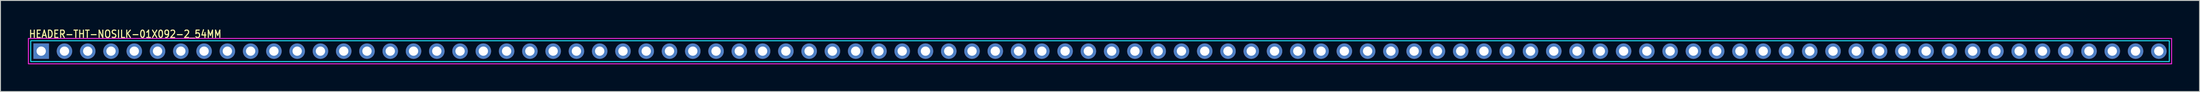
<source format=kicad_pcb>
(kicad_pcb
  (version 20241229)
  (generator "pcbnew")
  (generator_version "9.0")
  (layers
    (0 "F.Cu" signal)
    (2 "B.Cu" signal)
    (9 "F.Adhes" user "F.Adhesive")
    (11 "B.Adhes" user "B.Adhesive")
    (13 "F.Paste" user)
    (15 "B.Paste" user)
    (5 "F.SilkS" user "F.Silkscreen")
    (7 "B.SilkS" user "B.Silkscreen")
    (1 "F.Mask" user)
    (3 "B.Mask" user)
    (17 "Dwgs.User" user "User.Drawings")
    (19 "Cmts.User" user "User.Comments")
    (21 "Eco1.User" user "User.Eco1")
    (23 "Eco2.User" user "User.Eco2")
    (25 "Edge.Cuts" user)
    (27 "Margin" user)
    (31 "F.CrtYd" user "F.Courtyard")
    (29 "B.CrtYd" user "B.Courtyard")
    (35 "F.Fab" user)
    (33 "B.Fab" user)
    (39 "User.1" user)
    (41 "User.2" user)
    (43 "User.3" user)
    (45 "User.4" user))
  (footprint "HEADER-THT-NOSILK-01X092-2_54MM"
    (layer "F.Cu")
    (at 1.447 2.579)
    (property "Reference" "HEADER-THT-NOSILK-01X092-2_54MM" (at -1.4 -1.4 0) (unlocked yes) (layer "F.SilkS") (effects (font (size 0.813 0.695) (thickness 0.122)) (justify left bottom)))
    (fp_poly (pts (xy -1.143 -1.143) (xy 232.283 -1.143) (xy 232.283 1.143) (xy -1.143 1.143)) (stroke (width 0.1) (type solid)) (fill no) (layer "B.CrtYd"))
    (fp_poly (pts (xy -1.397 -1.397) (xy 232.537 -1.397) (xy 232.537 1.397) (xy -1.397 1.397)) (stroke (width 0.1) (type solid)) (fill no) (layer "F.CrtYd"))
    (pad "1" thru_hole rect (at 0 0) (size 1.693 1.693) (drill 1.016) (layers "*.Cu" "*.Mask"))
    (pad "2" thru_hole oval (at 2.54 0) (size 1.693 1.693) (drill 1.016) (layers "*.Cu" "*.Mask"))
    (pad "3" thru_hole oval (at 5.08 0) (size 1.693 1.693) (drill 1.016) (layers "*.Cu" "*.Mask"))
    (pad "4" thru_hole oval (at 7.62 0) (size 1.693 1.693) (drill 1.016) (layers "*.Cu" "*.Mask"))
    (pad "5" thru_hole oval (at 10.16 0) (size 1.693 1.693) (drill 1.016) (layers "*.Cu" "*.Mask"))
    (pad "6" thru_hole oval (at 12.7 0) (size 1.693 1.693) (drill 1.016) (layers "*.Cu" "*.Mask"))
    (pad "7" thru_hole oval (at 15.24 0) (size 1.693 1.693) (drill 1.016) (layers "*.Cu" "*.Mask"))
    (pad "8" thru_hole oval (at 17.78 0) (size 1.693 1.693) (drill 1.016) (layers "*.Cu" "*.Mask"))
    (pad "9" thru_hole oval (at 20.32 0) (size 1.693 1.693) (drill 1.016) (layers "*.Cu" "*.Mask"))
    (pad "10" thru_hole oval (at 22.86 0) (size 1.693 1.693) (drill 1.016) (layers "*.Cu" "*.Mask"))
    (pad "11" thru_hole oval (at 25.4 0) (size 1.693 1.693) (drill 1.016) (layers "*.Cu" "*.Mask"))
    (pad "12" thru_hole oval (at 27.94 0) (size 1.693 1.693) (drill 1.016) (layers "*.Cu" "*.Mask"))
    (pad "13" thru_hole oval (at 30.48 0) (size 1.693 1.693) (drill 1.016) (layers "*.Cu" "*.Mask"))
    (pad "14" thru_hole oval (at 33.02 0) (size 1.693 1.693) (drill 1.016) (layers "*.Cu" "*.Mask"))
    (pad "15" thru_hole oval (at 35.56 0) (size 1.693 1.693) (drill 1.016) (layers "*.Cu" "*.Mask"))
    (pad "16" thru_hole oval (at 38.1 0) (size 1.693 1.693) (drill 1.016) (layers "*.Cu" "*.Mask"))
    (pad "17" thru_hole oval (at 40.64 0) (size 1.693 1.693) (drill 1.016) (layers "*.Cu" "*.Mask"))
    (pad "18" thru_hole oval (at 43.18 0) (size 1.693 1.693) (drill 1.016) (layers "*.Cu" "*.Mask"))
    (pad "19" thru_hole oval (at 45.72 0) (size 1.693 1.693) (drill 1.016) (layers "*.Cu" "*.Mask"))
    (pad "20" thru_hole oval (at 48.26 0) (size 1.693 1.693) (drill 1.016) (layers "*.Cu" "*.Mask"))
    (pad "21" thru_hole oval (at 50.8 0) (size 1.693 1.693) (drill 1.016) (layers "*.Cu" "*.Mask"))
    (pad "22" thru_hole oval (at 53.34 0) (size 1.693 1.693) (drill 1.016) (layers "*.Cu" "*.Mask"))
    (pad "23" thru_hole oval (at 55.88 0) (size 1.693 1.693) (drill 1.016) (layers "*.Cu" "*.Mask"))
    (pad "24" thru_hole oval (at 58.42 0) (size 1.693 1.693) (drill 1.016) (layers "*.Cu" "*.Mask"))
    (pad "25" thru_hole oval (at 60.96 0) (size 1.693 1.693) (drill 1.016) (layers "*.Cu" "*.Mask"))
    (pad "26" thru_hole oval (at 63.5 0) (size 1.693 1.693) (drill 1.016) (layers "*.Cu" "*.Mask"))
    (pad "27" thru_hole oval (at 66.04 0) (size 1.693 1.693) (drill 1.016) (layers "*.Cu" "*.Mask"))
    (pad "28" thru_hole oval (at 68.58 0) (size 1.693 1.693) (drill 1.016) (layers "*.Cu" "*.Mask"))
    (pad "29" thru_hole oval (at 71.12 0) (size 1.693 1.693) (drill 1.016) (layers "*.Cu" "*.Mask"))
    (pad "30" thru_hole oval (at 73.66 0) (size 1.693 1.693) (drill 1.016) (layers "*.Cu" "*.Mask"))
    (pad "31" thru_hole oval (at 76.2 0) (size 1.693 1.693) (drill 1.016) (layers "*.Cu" "*.Mask"))
    (pad "32" thru_hole oval (at 78.74 0) (size 1.693 1.693) (drill 1.016) (layers "*.Cu" "*.Mask"))
    (pad "33" thru_hole oval (at 81.28 0) (size 1.693 1.693) (drill 1.016) (layers "*.Cu" "*.Mask"))
    (pad "34" thru_hole oval (at 83.82 0) (size 1.693 1.693) (drill 1.016) (layers "*.Cu" "*.Mask"))
    (pad "35" thru_hole oval (at 86.36 0) (size 1.693 1.693) (drill 1.016) (layers "*.Cu" "*.Mask"))
    (pad "36" thru_hole oval (at 88.9 0) (size 1.693 1.693) (drill 1.016) (layers "*.Cu" "*.Mask"))
    (pad "37" thru_hole oval (at 91.44 0) (size 1.693 1.693) (drill 1.016) (layers "*.Cu" "*.Mask"))
    (pad "38" thru_hole oval (at 93.98 0) (size 1.693 1.693) (drill 1.016) (layers "*.Cu" "*.Mask"))
    (pad "39" thru_hole oval (at 96.52 0) (size 1.693 1.693) (drill 1.016) (layers "*.Cu" "*.Mask"))
    (pad "40" thru_hole oval (at 99.06 0) (size 1.693 1.693) (drill 1.016) (layers "*.Cu" "*.Mask"))
    (pad "41" thru_hole oval (at 101.6 0) (size 1.693 1.693) (drill 1.016) (layers "*.Cu" "*.Mask"))
    (pad "42" thru_hole oval (at 104.14 0) (size 1.693 1.693) (drill 1.016) (layers "*.Cu" "*.Mask"))
    (pad "43" thru_hole oval (at 106.68 0) (size 1.693 1.693) (drill 1.016) (layers "*.Cu" "*.Mask"))
    (pad "44" thru_hole oval (at 109.22 0) (size 1.693 1.693) (drill 1.016) (layers "*.Cu" "*.Mask"))
    (pad "45" thru_hole oval (at 111.76 0) (size 1.693 1.693) (drill 1.016) (layers "*.Cu" "*.Mask"))
    (pad "46" thru_hole oval (at 114.3 0) (size 1.693 1.693) (drill 1.016) (layers "*.Cu" "*.Mask"))
    (pad "47" thru_hole oval (at 116.84 0) (size 1.693 1.693) (drill 1.016) (layers "*.Cu" "*.Mask"))
    (pad "48" thru_hole oval (at 119.38 0) (size 1.693 1.693) (drill 1.016) (layers "*.Cu" "*.Mask"))
    (pad "49" thru_hole oval (at 121.92 0) (size 1.693 1.693) (drill 1.016) (layers "*.Cu" "*.Mask"))
    (pad "50" thru_hole oval (at 124.46 0) (size 1.693 1.693) (drill 1.016) (layers "*.Cu" "*.Mask"))
    (pad "51" thru_hole oval (at 127 0) (size 1.693 1.693) (drill 1.016) (layers "*.Cu" "*.Mask"))
    (pad "52" thru_hole oval (at 129.54 0) (size 1.693 1.693) (drill 1.016) (layers "*.Cu" "*.Mask"))
    (pad "53" thru_hole oval (at 132.08 0) (size 1.693 1.693) (drill 1.016) (layers "*.Cu" "*.Mask"))
    (pad "54" thru_hole oval (at 134.62 0) (size 1.693 1.693) (drill 1.016) (layers "*.Cu" "*.Mask"))
    (pad "55" thru_hole oval (at 137.16 0) (size 1.693 1.693) (drill 1.016) (layers "*.Cu" "*.Mask"))
    (pad "56" thru_hole oval (at 139.7 0) (size 1.693 1.693) (drill 1.016) (layers "*.Cu" "*.Mask"))
    (pad "57" thru_hole oval (at 142.24 0) (size 1.693 1.693) (drill 1.016) (layers "*.Cu" "*.Mask"))
    (pad "58" thru_hole oval (at 144.78 0) (size 1.693 1.693) (drill 1.016) (layers "*.Cu" "*.Mask"))
    (pad "59" thru_hole oval (at 147.32 0) (size 1.693 1.693) (drill 1.016) (layers "*.Cu" "*.Mask"))
    (pad "60" thru_hole oval (at 149.86 0) (size 1.693 1.693) (drill 1.016) (layers "*.Cu" "*.Mask"))
    (pad "61" thru_hole oval (at 152.4 0) (size 1.693 1.693) (drill 1.016) (layers "*.Cu" "*.Mask"))
    (pad "62" thru_hole oval (at 154.94 0) (size 1.693 1.693) (drill 1.016) (layers "*.Cu" "*.Mask"))
    (pad "63" thru_hole oval (at 157.48 0) (size 1.693 1.693) (drill 1.016) (layers "*.Cu" "*.Mask"))
    (pad "64" thru_hole oval (at 160.02 0) (size 1.693 1.693) (drill 1.016) (layers "*.Cu" "*.Mask"))
    (pad "65" thru_hole oval (at 162.56 0) (size 1.693 1.693) (drill 1.016) (layers "*.Cu" "*.Mask"))
    (pad "66" thru_hole oval (at 165.1 0) (size 1.693 1.693) (drill 1.016) (layers "*.Cu" "*.Mask"))
    (pad "67" thru_hole oval (at 167.64 0) (size 1.693 1.693) (drill 1.016) (layers "*.Cu" "*.Mask"))
    (pad "68" thru_hole oval (at 170.18 0) (size 1.693 1.693) (drill 1.016) (layers "*.Cu" "*.Mask"))
    (pad "69" thru_hole oval (at 172.72 0) (size 1.693 1.693) (drill 1.016) (layers "*.Cu" "*.Mask"))
    (pad "70" thru_hole oval (at 175.26 0) (size 1.693 1.693) (drill 1.016) (layers "*.Cu" "*.Mask"))
    (pad "71" thru_hole oval (at 177.8 0) (size 1.693 1.693) (drill 1.016) (layers "*.Cu" "*.Mask"))
    (pad "72" thru_hole oval (at 180.34 0) (size 1.693 1.693) (drill 1.016) (layers "*.Cu" "*.Mask"))
    (pad "73" thru_hole oval (at 182.88 0) (size 1.693 1.693) (drill 1.016) (layers "*.Cu" "*.Mask"))
    (pad "74" thru_hole oval (at 185.42 0) (size 1.693 1.693) (drill 1.016) (layers "*.Cu" "*.Mask"))
    (pad "75" thru_hole oval (at 187.96 0) (size 1.693 1.693) (drill 1.016) (layers "*.Cu" "*.Mask"))
    (pad "76" thru_hole oval (at 190.5 0) (size 1.693 1.693) (drill 1.016) (layers "*.Cu" "*.Mask"))
    (pad "77" thru_hole oval (at 193.04 0) (size 1.693 1.693) (drill 1.016) (layers "*.Cu" "*.Mask"))
    (pad "78" thru_hole oval (at 195.58 0) (size 1.693 1.693) (drill 1.016) (layers "*.Cu" "*.Mask"))
    (pad "79" thru_hole oval (at 198.12 0) (size 1.693 1.693) (drill 1.016) (layers "*.Cu" "*.Mask"))
    (pad "80" thru_hole oval (at 200.66 0) (size 1.693 1.693) (drill 1.016) (layers "*.Cu" "*.Mask"))
    (pad "81" thru_hole oval (at 203.2 0) (size 1.693 1.693) (drill 1.016) (layers "*.Cu" "*.Mask"))
    (pad "82" thru_hole oval (at 205.74 0) (size 1.693 1.693) (drill 1.016) (layers "*.Cu" "*.Mask"))
    (pad "83" thru_hole oval (at 208.28 0) (size 1.693 1.693) (drill 1.016) (layers "*.Cu" "*.Mask"))
    (pad "84" thru_hole oval (at 210.82 0) (size 1.693 1.693) (drill 1.016) (layers "*.Cu" "*.Mask"))
    (pad "85" thru_hole oval (at 213.36 0) (size 1.693 1.693) (drill 1.016) (layers "*.Cu" "*.Mask"))
    (pad "86" thru_hole oval (at 215.9 0) (size 1.693 1.693) (drill 1.016) (layers "*.Cu" "*.Mask"))
    (pad "87" thru_hole oval (at 218.44 0) (size 1.693 1.693) (drill 1.016) (layers "*.Cu" "*.Mask"))
    (pad "88" thru_hole oval (at 220.98 0) (size 1.693 1.693) (drill 1.016) (layers "*.Cu" "*.Mask"))
    (pad "89" thru_hole oval (at 223.52 0) (size 1.693 1.693) (drill 1.016) (layers "*.Cu" "*.Mask"))
    (pad "90" thru_hole oval (at 226.06 0) (size 1.693 1.693) (drill 1.016) (layers "*.Cu" "*.Mask"))
    (pad "91" thru_hole oval (at 228.6 0) (size 1.693 1.693) (drill 1.016) (layers "*.Cu" "*.Mask"))
    (pad "92" thru_hole oval (at 231.14 0) (size 1.693 1.693) (drill 1.016) (layers "*.Cu" "*.Mask")))
  (gr_rect
    (start -3 -3)
    (end 237.034 7.026)
    (stroke (width 0.1) (type default))
    (fill no)
    (layer "Edge.Cuts")))
</source>
